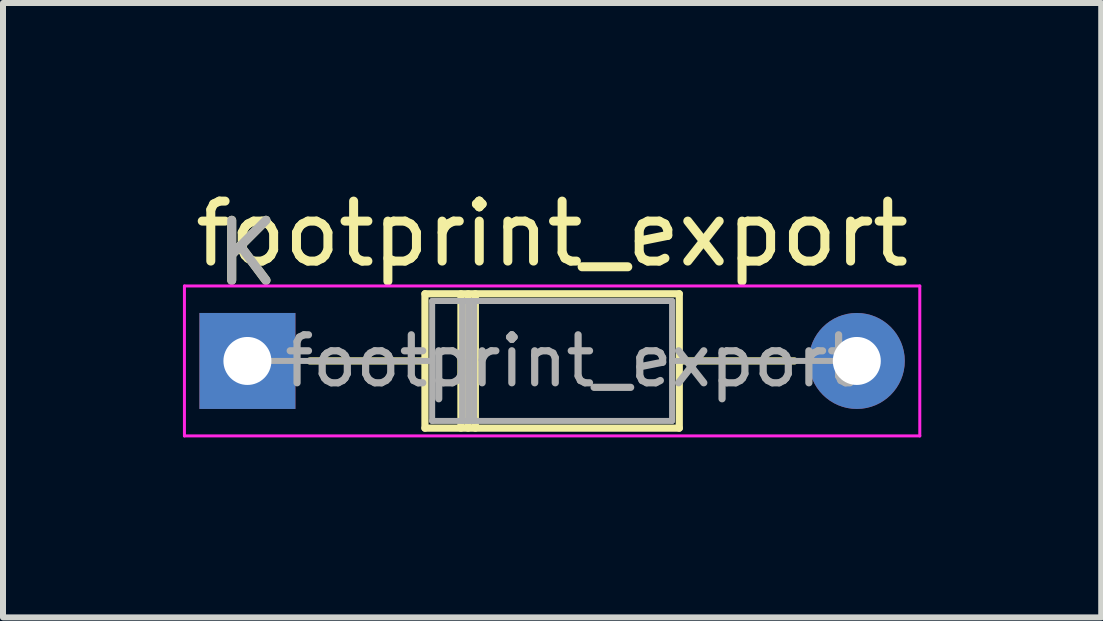
<source format=kicad_pcb>
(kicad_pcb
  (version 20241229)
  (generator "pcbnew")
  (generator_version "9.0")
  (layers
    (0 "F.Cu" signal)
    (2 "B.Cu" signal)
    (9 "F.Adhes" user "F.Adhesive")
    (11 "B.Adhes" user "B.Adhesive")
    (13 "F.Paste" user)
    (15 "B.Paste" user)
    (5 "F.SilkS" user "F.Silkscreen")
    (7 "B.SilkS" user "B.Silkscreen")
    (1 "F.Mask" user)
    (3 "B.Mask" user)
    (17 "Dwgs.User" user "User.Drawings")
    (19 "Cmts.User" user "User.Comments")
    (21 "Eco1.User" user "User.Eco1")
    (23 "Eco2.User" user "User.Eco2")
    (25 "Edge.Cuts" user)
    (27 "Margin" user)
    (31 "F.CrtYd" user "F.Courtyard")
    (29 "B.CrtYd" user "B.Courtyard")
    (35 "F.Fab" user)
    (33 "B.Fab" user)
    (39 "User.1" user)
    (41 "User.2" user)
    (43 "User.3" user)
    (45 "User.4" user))
  (footprint "footprint_export"
    (layer "F.Cu")
    (at 1.075 2.968)
    (property "Reference" "footprint_export" (at 5.08 -2.12 0) (layer "F.SilkS") (effects (font (size 1 1) (thickness 0.15))))
    (attr through_hole)
    (fp_line (start 1.04 0) (end 2.96 0) (stroke (width 0.12) (type solid)) (layer "F.SilkS"))
    (fp_line (start 2.96 -1.12) (end 2.96 1.12) (stroke (width 0.12) (type solid)) (layer "F.SilkS"))
    (fp_line (start 2.96 1.12) (end 7.2 1.12) (stroke (width 0.12) (type solid)) (layer "F.SilkS"))
    (fp_line (start 3.56 -1.12) (end 3.56 1.12) (stroke (width 0.12) (type solid)) (layer "F.SilkS"))
    (fp_line (start 3.68 -1.12) (end 3.68 1.12) (stroke (width 0.12) (type solid)) (layer "F.SilkS"))
    (fp_line (start 3.8 -1.12) (end 3.8 1.12) (stroke (width 0.12) (type solid)) (layer "F.SilkS"))
    (fp_line (start 7.2 -1.12) (end 2.96 -1.12) (stroke (width 0.12) (type solid)) (layer "F.SilkS"))
    (fp_line (start 7.2 1.12) (end 7.2 -1.12) (stroke (width 0.12) (type solid)) (layer "F.SilkS"))
    (fp_line (start 9.12 0) (end 7.2 0) (stroke (width 0.12) (type solid)) (layer "F.SilkS"))
    (fp_line (start -1.05 -1.25) (end -1.05 1.25) (stroke (width 0.05) (type solid)) (layer "F.CrtYd"))
    (fp_line (start -1.05 1.25) (end 11.21 1.25) (stroke (width 0.05) (type solid)) (layer "F.CrtYd"))
    (fp_line (start 11.21 -1.25) (end -1.05 -1.25) (stroke (width 0.05) (type solid)) (layer "F.CrtYd"))
    (fp_line (start 11.21 1.25) (end 11.21 -1.25) (stroke (width 0.05) (type solid)) (layer "F.CrtYd"))
    (fp_line (start 0 0) (end 3.08 0) (stroke (width 0.1) (type solid)) (layer "F.Fab"))
    (fp_line (start 3.08 -1) (end 3.08 1) (stroke (width 0.1) (type solid)) (layer "F.Fab"))
    (fp_line (start 3.08 1) (end 7.08 1) (stroke (width 0.1) (type solid)) (layer "F.Fab"))
    (fp_line (start 3.58 -1) (end 3.58 1) (stroke (width 0.1) (type solid)) (layer "F.Fab"))
    (fp_line (start 3.68 -1) (end 3.68 1) (stroke (width 0.1) (type solid)) (layer "F.Fab"))
    (fp_line (start 3.78 -1) (end 3.78 1) (stroke (width 0.1) (type solid)) (layer "F.Fab"))
    (fp_line (start 7.08 -1) (end 3.08 -1) (stroke (width 0.1) (type solid)) (layer "F.Fab"))
    (fp_line (start 7.08 1) (end 7.08 -1) (stroke (width 0.1) (type solid)) (layer "F.Fab"))
    (fp_line (start 10.16 0) (end 7.08 0) (stroke (width 0.1) (type solid)) (layer "F.Fab"))
    (fp_text user "K" (at 0 -1.8 0) (layer "F.SilkS") (effects (font (size 1 1) (thickness 0.15))))
    (fp_text user "K" (at 0 -1.8 0) (layer "F.Fab") (effects (font (size 1 1) (thickness 0.15))))
    (fp_text user "${REFERENCE}" (at 5.38 0 0) (layer "F.Fab") (effects (font (size 0.8 0.8) (thickness 0.12))))
    (pad "1" thru_hole rect (at 0 0) (size 1.6 1.6) (drill 0.8) (layers "*.Cu" "*.Mask"))
    (pad "2" thru_hole oval (at 10.16 0) (size 1.6 1.6) (drill 0.8) (layers "*.Cu" "*.Mask")))
  (gr_rect
    (start -3 -3)
    (end 15.31 7.243)
    (stroke (width 0.1) (type default))
    (fill no)
    (layer "Edge.Cuts")))
</source>
